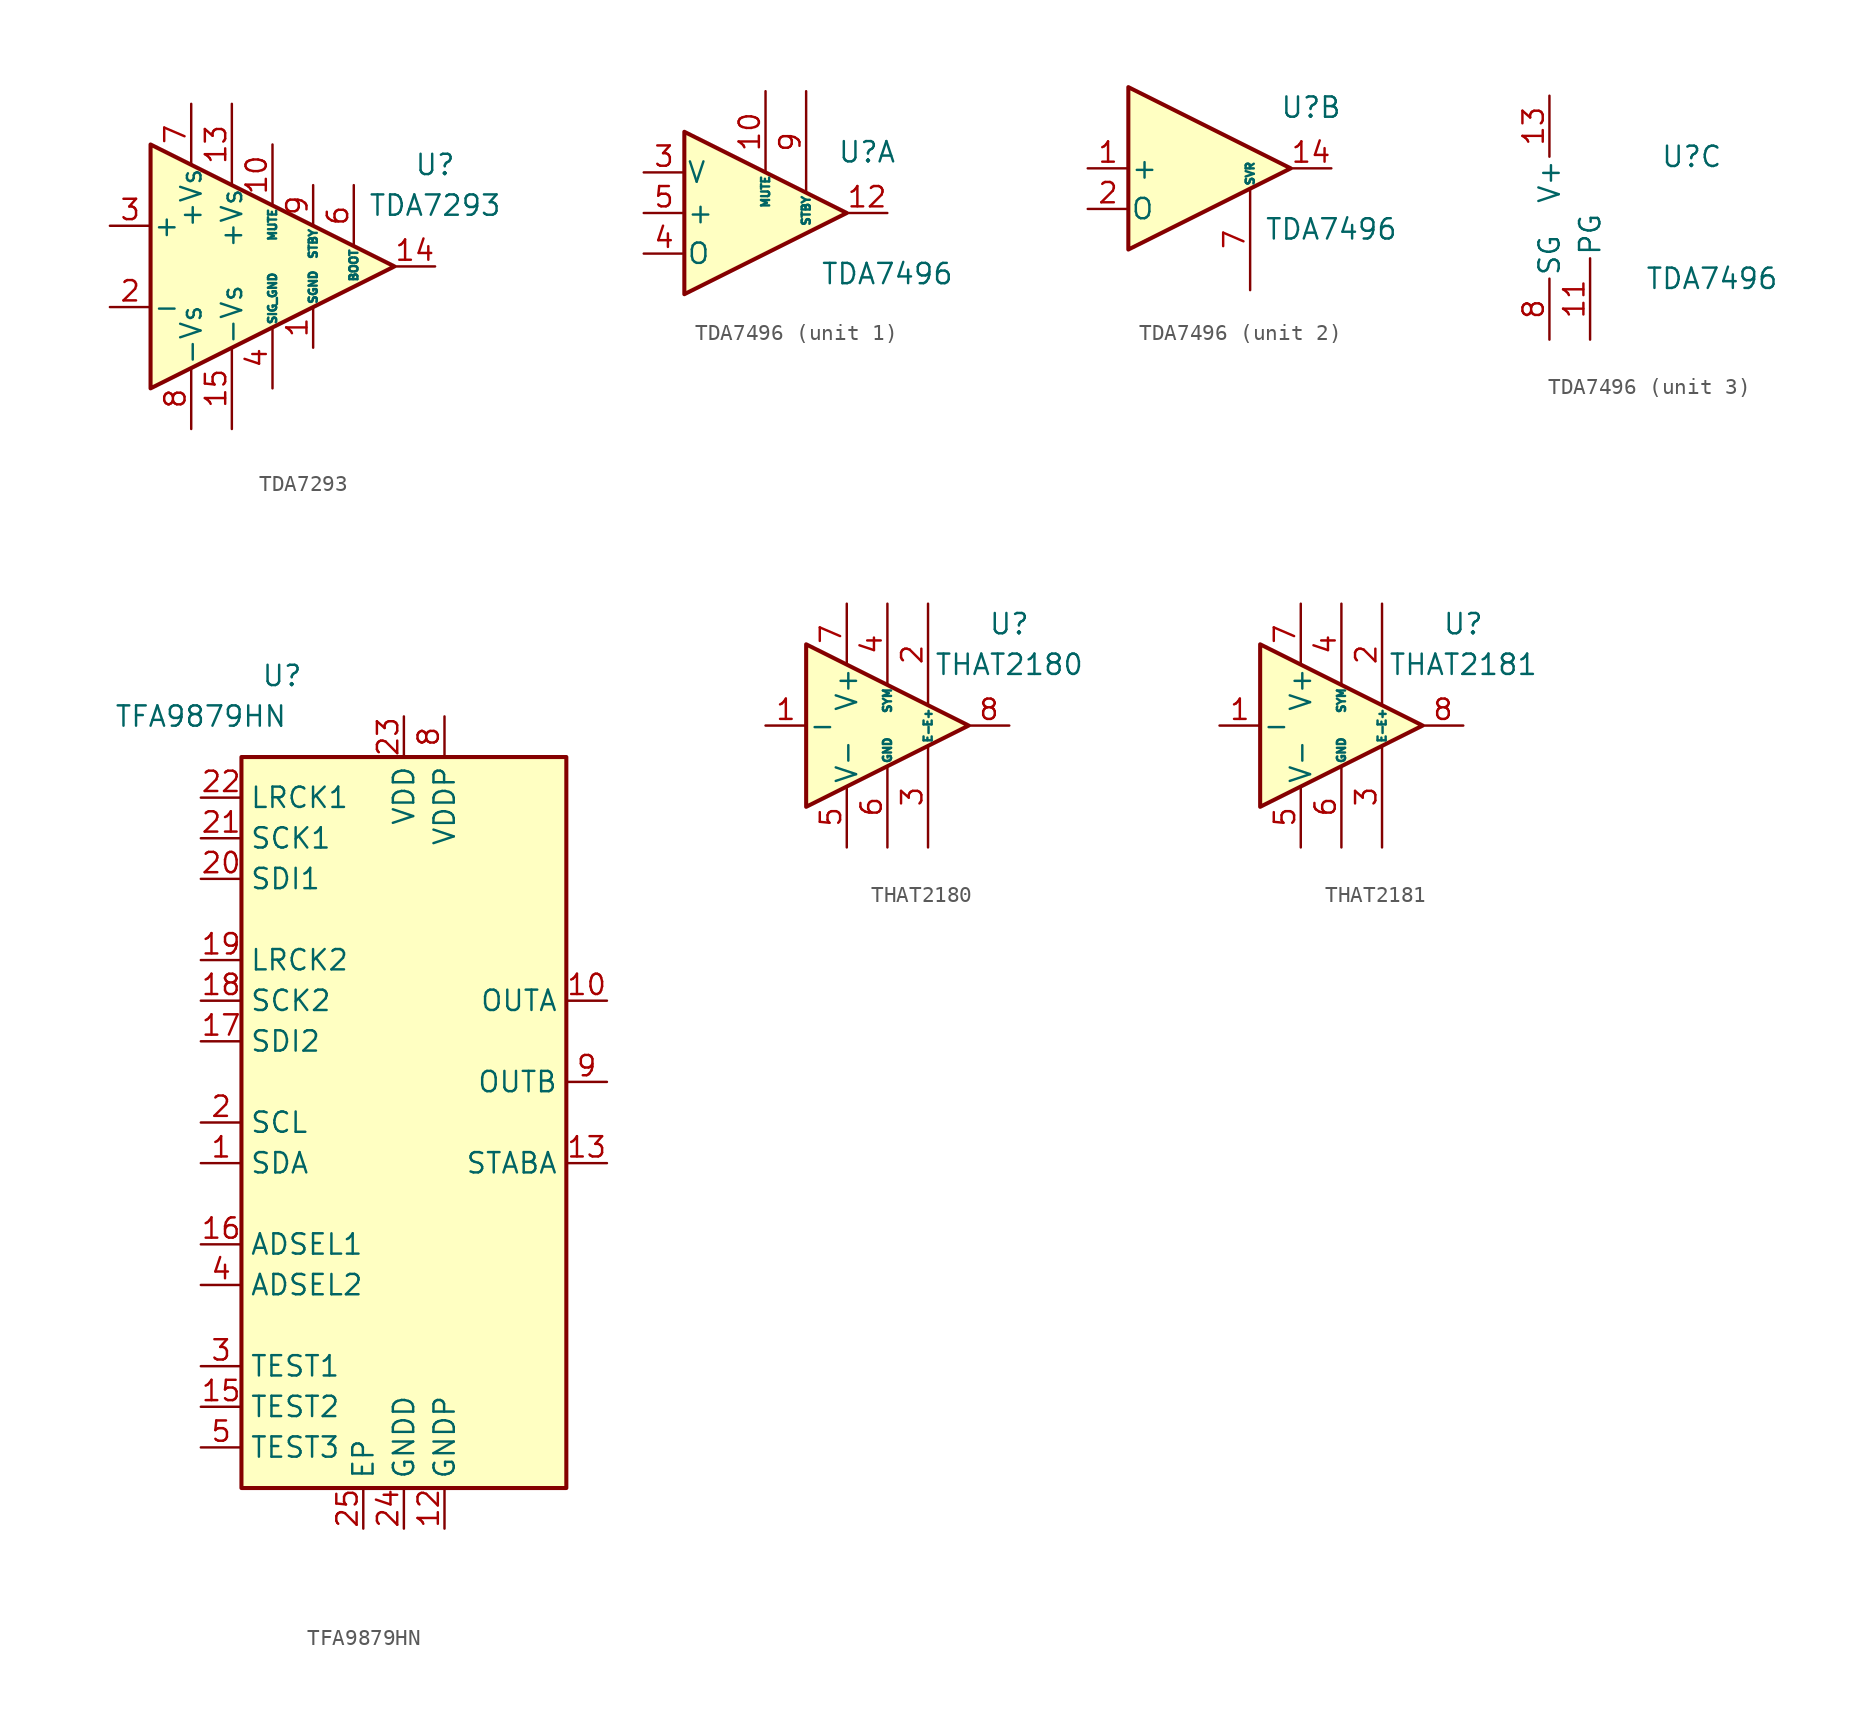
<source format=kicad_sym>
(kicad_symbol_lib
  (version 20201005)
  (generator kicad_symbol_editor)
  (symbol "Amplifier_Audio:TDA7293"
    (pin_names
      (offset 0.127))
    (property "Reference" "U"
      (at 10.16 6.35 0)
      (effects (font (size 1.27 1.27))))
    (property "Value" "TDA7293"
      (at 10.16 3.81 0)
      (effects (font (size 1.27 1.27))))
    (symbol "TDA7293_0_1"
      (polyline (pts (xy -7.62 7.62) (xy 7.62 0) (xy -7.62 -7.62) (xy -7.62 7.62)) (stroke (width 0.254)) (fill (type background))))
    (symbol "TDA7293_1_1"
      (pin power_in line (at 2.54 -5.08 90) (length 2.54) (name "SGND" (effects (font (size 0.508 0.508)))) (number "1" (effects (font (size 1.27 1.27)))))
      (pin input line (at 0 7.62 270) (length 3.81) (name "MUTE" (effects (font (size 0.508 0.508)))) (number "10" (effects (font (size 1.27 1.27)))))
      (pin no_connect line (at 0 2.54 270) (length 2.54) hide (name "NC" (effects (font (size 1.27 1.27)))) (number "11" (effects (font (size 1.27 1.27)))))
      (pin no_connect line (at 2.54 2.54 270) (length 2.54) hide (name "NC" (effects (font (size 1.27 1.27)))) (number "12" (effects (font (size 1.27 1.27)))))
      (pin power_in line (at -2.54 10.16 270) (length 5.08) (name "+Vs" (effects (font (size 1.27 1.27)))) (number "13" (effects (font (size 1.27 1.27)))))
      (pin output line (at 10.16 0 180) (length 2.54) (name "~" (effects (font (size 1.27 1.27)))) (number "14" (effects (font (size 1.27 1.27)))))
      (pin power_in line (at -2.54 -10.16 90) (length 5.08) (name "-Vs" (effects (font (size 1.27 1.27)))) (number "15" (effects (font (size 1.27 1.27)))))
      (pin input line (at -10.16 -2.54 0) (length 2.54) (name "-" (effects (font (size 1.27 1.27)))) (number "2" (effects (font (size 1.27 1.27)))))
      (pin input line (at -10.16 2.54 0) (length 2.54) (name "+" (effects (font (size 1.27 1.27)))) (number "3" (effects (font (size 1.27 1.27)))))
      (pin power_in line (at 0 -7.62 90) (length 3.81) (name "SIG_GND" (effects (font (size 0.508 0.508)))) (number "4" (effects (font (size 1.27 1.27)))))
      (pin no_connect line (at -2.54 2.54 270) (length 2.54) hide (name "NC" (effects (font (size 1.27 1.27)))) (number "5" (effects (font (size 1.27 1.27)))))
      (pin passive line (at 5.08 5.08 270) (length 3.81) (name "BOOT" (effects (font (size 0.508 0.508)))) (number "6" (effects (font (size 1.27 1.27)))))
      (pin power_in line (at -5.08 10.16 270) (length 3.81) (name "+Vs" (effects (font (size 1.27 1.27)))) (number "7" (effects (font (size 1.27 1.27)))))
      (pin power_in line (at -5.08 -10.16 90) (length 3.81) (name "-Vs" (effects (font (size 1.27 1.27)))) (number "8" (effects (font (size 1.27 1.27)))))
      (pin input line (at 2.54 5.08 270) (length 2.54) (name "STBY" (effects (font (size 0.508 0.508)))) (number "9" (effects (font (size 1.27 1.27)))))))
  (symbol "Amplifier_Audio:TDA7496"
    (pin_names
      (offset 0.127))
    (property "Reference" "U"
      (at 6.35 3.81 0)
      (effects (font (size 1.27 1.27))))
    (property "Value" "TDA7496"
      (at 7.62 -3.81 0)
      (effects (font (size 1.27 1.27))))
    (property "ki_locked" ""
      (at 0 0 0)
      (effects (font (size 1.27 1.27))))
    (symbol "TDA7496_1_1"
      (polyline (pts (xy 5.08 0) (xy -5.08 5.08) (xy -5.08 -5.08) (xy 5.08 0)) (stroke (width 0.254)) (fill (type background)))
      (pin input line (at 0 7.62 270) (length 5.08) (name "MUTE" (effects (font (size 0.508 0.508)))) (number "10" (effects (font (size 1.27 1.27)))))
      (pin output line (at 7.62 0 180) (length 2.54) (name "~" (effects (font (size 1.27 1.27)))) (number "12" (effects (font (size 1.27 1.27)))))
      (pin input line (at -7.62 2.54 0) (length 2.54) (name "V" (effects (font (size 1.27 1.27)))) (number "3" (effects (font (size 1.27 1.27)))))
      (pin output line (at -7.62 -2.54 0) (length 2.54) (name "O" (effects (font (size 1.27 1.27)))) (number "4" (effects (font (size 1.27 1.27)))))
      (pin input line (at -7.62 0 0) (length 2.54) (name "+" (effects (font (size 1.27 1.27)))) (number "5" (effects (font (size 1.27 1.27)))))
      (pin no_connect line (at 0 2.54 270) (length 2.54) hide (name "NC" (effects (font (size 1.27 1.27)))) (number "6" (effects (font (size 1.27 1.27)))))
      (pin input line (at 2.54 7.62 270) (length 6.35) (name "STBY" (effects (font (size 0.508 0.508)))) (number "9" (effects (font (size 1.27 1.27))))))
    (symbol "TDA7496_2_1"
      (polyline (pts (xy 5.08 0) (xy -5.08 5.08) (xy -5.08 -5.08) (xy 5.08 0)) (stroke (width 0.254)) (fill (type background)))
      (pin input line (at -7.62 0 0) (length 2.54) (name "+" (effects (font (size 1.27 1.27)))) (number "1" (effects (font (size 1.27 1.27)))))
      (pin output line (at 7.62 0 180) (length 2.54) (name "~" (effects (font (size 1.27 1.27)))) (number "14" (effects (font (size 1.27 1.27)))))
      (pin output line (at -7.62 -2.54 0) (length 2.54) (name "O" (effects (font (size 1.27 1.27)))) (number "2" (effects (font (size 1.27 1.27)))))
      (pin passive line (at 2.54 -7.62 90) (length 6.35) (name "SVR" (effects (font (size 0.508 0.508)))) (number "7" (effects (font (size 1.27 1.27))))))
    (symbol "TDA7496_3_1"
      (pin power_in line (at 0 -7.62 90) (length 5.08) (name "PG" (effects (font (size 1.27 1.27)))) (number "11" (effects (font (size 1.27 1.27)))))
      (pin power_in line (at -2.54 7.62 270) (length 3.81) (name "V+" (effects (font (size 1.27 1.27)))) (number "13" (effects (font (size 1.27 1.27)))))
      (pin passive line (at 0 -7.62 90) (length 5.08) hide (name "PG" (effects (font (size 1.27 1.27)))) (number "15" (effects (font (size 1.27 1.27)))))
      (pin power_in line (at -2.54 -7.62 90) (length 3.81) (name "SG" (effects (font (size 1.27 1.27)))) (number "8" (effects (font (size 1.27 1.27)))))))
  (symbol "Amplifier_Audio:TFA9879HN"
    (property "Reference" "U"
      (at -7.62 27.94 0)
      (effects (font (size 1.27 1.27))))
    (property "Value" "TFA9879HN"
      (at -12.7 25.4 0)
      (effects (font (size 1.27 1.27))))
    (symbol "TFA9879HN_0_1"
      (polyline (pts (xy -10.16 22.86) (xy 10.16 22.86) (xy 10.16 -22.86) (xy -10.16 -22.86) (xy -10.16 22.86)) (stroke (width 0.254)) (fill (type background))))
    (symbol "TFA9879HN_1_1"
      (pin bidirectional line (at -12.7 -2.54 0) (length 2.54) (name "SDA" (effects (font (size 1.27 1.27)))) (number "1" (effects (font (size 1.27 1.27)))))
      (pin output line (at 12.7 7.62 180) (length 2.54) (name "OUTA" (effects (font (size 1.27 1.27)))) (number "10" (effects (font (size 1.27 1.27)))))
      (pin passive line (at 2.54 -25.4 90) (length 2.54) hide (name "GNDP" (effects (font (size 1.27 1.27)))) (number "11" (effects (font (size 1.27 1.27)))))
      (pin power_in line (at 2.54 -25.4 90) (length 2.54) (name "GNDP" (effects (font (size 1.27 1.27)))) (number "12" (effects (font (size 1.27 1.27)))))
      (pin output line (at 12.7 -2.54 180) (length 2.54) (name "STABA" (effects (font (size 1.27 1.27)))) (number "13" (effects (font (size 1.27 1.27)))))
      (pin no_connect line (at 10.16 -10.16 180) (length 2.54) hide (name "NC" (effects (font (size 1.27 1.27)))) (number "14" (effects (font (size 1.27 1.27)))))
      (pin input line (at -12.7 -17.78 0) (length 2.54) (name "TEST2" (effects (font (size 1.27 1.27)))) (number "15" (effects (font (size 1.27 1.27)))))
      (pin input line (at -12.7 -7.62 0) (length 2.54) (name "ADSEL1" (effects (font (size 1.27 1.27)))) (number "16" (effects (font (size 1.27 1.27)))))
      (pin input line (at -12.7 5.08 0) (length 2.54) (name "SDI2" (effects (font (size 1.27 1.27)))) (number "17" (effects (font (size 1.27 1.27)))))
      (pin input line (at -12.7 7.62 0) (length 2.54) (name "SCK2" (effects (font (size 1.27 1.27)))) (number "18" (effects (font (size 1.27 1.27)))))
      (pin input line (at -12.7 10.16 0) (length 2.54) (name "LRCK2" (effects (font (size 1.27 1.27)))) (number "19" (effects (font (size 1.27 1.27)))))
      (pin input line (at -12.7 0 0) (length 2.54) (name "SCL" (effects (font (size 1.27 1.27)))) (number "2" (effects (font (size 1.27 1.27)))))
      (pin input line (at -12.7 15.24 0) (length 2.54) (name "SDI1" (effects (font (size 1.27 1.27)))) (number "20" (effects (font (size 1.27 1.27)))))
      (pin input line (at -12.7 17.78 0) (length 2.54) (name "SCK1" (effects (font (size 1.27 1.27)))) (number "21" (effects (font (size 1.27 1.27)))))
      (pin input line (at -12.7 20.32 0) (length 2.54) (name "LRCK1" (effects (font (size 1.27 1.27)))) (number "22" (effects (font (size 1.27 1.27)))))
      (pin power_in line (at 0 25.4 270) (length 2.54) (name "VDD" (effects (font (size 1.27 1.27)))) (number "23" (effects (font (size 1.27 1.27)))))
      (pin power_in line (at 0 -25.4 90) (length 2.54) (name "GNDD" (effects (font (size 1.27 1.27)))) (number "24" (effects (font (size 1.27 1.27)))))
      (pin passive line (at -2.54 -25.4 90) (length 2.54) (name "EP" (effects (font (size 1.27 1.27)))) (number "25" (effects (font (size 1.27 1.27)))))
      (pin input line (at -12.7 -15.24 0) (length 2.54) (name "TEST1" (effects (font (size 1.27 1.27)))) (number "3" (effects (font (size 1.27 1.27)))))
      (pin input line (at -12.7 -10.16 0) (length 2.54) (name "ADSEL2" (effects (font (size 1.27 1.27)))) (number "4" (effects (font (size 1.27 1.27)))))
      (pin input line (at -12.7 -20.32 0) (length 2.54) (name "TEST3" (effects (font (size 1.27 1.27)))) (number "5" (effects (font (size 1.27 1.27)))))
      (pin no_connect line (at 10.16 -12.7 180) (length 2.54) hide (name "NC" (effects (font (size 1.27 1.27)))) (number "6" (effects (font (size 1.27 1.27)))))
      (pin passive line (at 2.54 25.4 270) (length 2.54) hide (name "VDDP" (effects (font (size 1.27 1.27)))) (number "7" (effects (font (size 1.27 1.27)))))
      (pin power_in line (at 2.54 25.4 270) (length 2.54) (name "VDDP" (effects (font (size 1.27 1.27)))) (number "8" (effects (font (size 1.27 1.27)))))
      (pin output line (at 12.7 2.54 180) (length 2.54) (name "OUTB" (effects (font (size 1.27 1.27)))) (number "9" (effects (font (size 1.27 1.27)))))))
  (symbol "Amplifier_Audio:THAT2180"
    (pin_names
      (offset 0.127))
    (property "Reference" "U"
      (at 7.62 6.35 0)
      (effects (font (size 1.27 1.27))))
    (property "Value" "THAT2180"
      (at 7.62 3.81 0)
      (effects (font (size 1.27 1.27))))
    (symbol "THAT2180_0_0"
      (pin power_in line (at -2.54 -7.62 90) (length 3.81) (name "V-" (effects (font (size 1.27 1.27)))) (number "5" (effects (font (size 1.27 1.27)))))
      (pin power_in line (at 0 -7.62 90) (length 5.08) (name "GND" (effects (font (size 0.508 0.508)))) (number "6" (effects (font (size 1.27 1.27)))))
      (pin power_in line (at -2.54 7.62 270) (length 3.81) (name "V+" (effects (font (size 1.27 1.27)))) (number "7" (effects (font (size 1.27 1.27))))))
    (symbol "THAT2180_0_1"
      (polyline (pts (xy -5.08 5.08) (xy 5.08 0) (xy -5.08 -5.08) (xy -5.08 5.08)) (stroke (width 0.254)) (fill (type background))))
    (symbol "THAT2180_1_1"
      (pin input line (at -7.62 0 0) (length 2.54) (name "-" (effects (font (size 1.27 1.27)))) (number "1" (effects (font (size 1.27 1.27)))))
      (pin input line (at 2.54 7.62 270) (length 6.35) (name "E+" (effects (font (size 0.508 0.508)))) (number "2" (effects (font (size 1.27 1.27)))))
      (pin input line (at 2.54 -7.62 90) (length 6.35) (name "E-" (effects (font (size 0.508 0.508)))) (number "3" (effects (font (size 1.27 1.27)))))
      (pin input line (at 0 7.62 270) (length 5.08) (name "SYM" (effects (font (size 0.508 0.508)))) (number "4" (effects (font (size 1.27 1.27)))))
      (pin output line (at 7.62 0 180) (length 2.54) (name "~" (effects (font (size 1.27 1.27)))) (number "8" (effects (font (size 1.27 1.27)))))))
  (symbol "Amplifier_Audio:THAT2181"
    (pin_names
      (offset 0.127))
    (property "Reference" "U"
      (at 7.62 6.35 0)
      (effects (font (size 1.27 1.27))))
    (property "Value" "THAT2181"
      (at 7.62 3.81 0)
      (effects (font (size 1.27 1.27))))
    (symbol "THAT2181_0_0"
      (pin power_in line (at -2.54 -7.62 90) (length 3.81) (name "V-" (effects (font (size 1.27 1.27)))) (number "5" (effects (font (size 1.27 1.27)))))
      (pin power_in line (at 0 -7.62 90) (length 5.08) (name "GND" (effects (font (size 0.508 0.508)))) (number "6" (effects (font (size 1.27 1.27)))))
      (pin power_in line (at -2.54 7.62 270) (length 3.81) (name "V+" (effects (font (size 1.27 1.27)))) (number "7" (effects (font (size 1.27 1.27))))))
    (symbol "THAT2181_0_1"
      (polyline (pts (xy -5.08 5.08) (xy 5.08 0) (xy -5.08 -5.08) (xy -5.08 5.08)) (stroke (width 0.254)) (fill (type background))))
    (symbol "THAT2181_1_1"
      (pin input line (at -7.62 0 0) (length 2.54) (name "-" (effects (font (size 1.27 1.27)))) (number "1" (effects (font (size 1.27 1.27)))))
      (pin input line (at 2.54 7.62 270) (length 6.35) (name "E+" (effects (font (size 0.508 0.508)))) (number "2" (effects (font (size 1.27 1.27)))))
      (pin input line (at 2.54 -7.62 90) (length 6.35) (name "E-" (effects (font (size 0.508 0.508)))) (number "3" (effects (font (size 1.27 1.27)))))
      (pin input line (at 0 7.62 270) (length 5.08) (name "SYM" (effects (font (size 0.508 0.508)))) (number "4" (effects (font (size 1.27 1.27)))))
      (pin output line (at 7.62 0 180) (length 2.54) (name "~" (effects (font (size 1.27 1.27)))) (number "8" (effects (font (size 1.27 1.27))))))))
</source>
